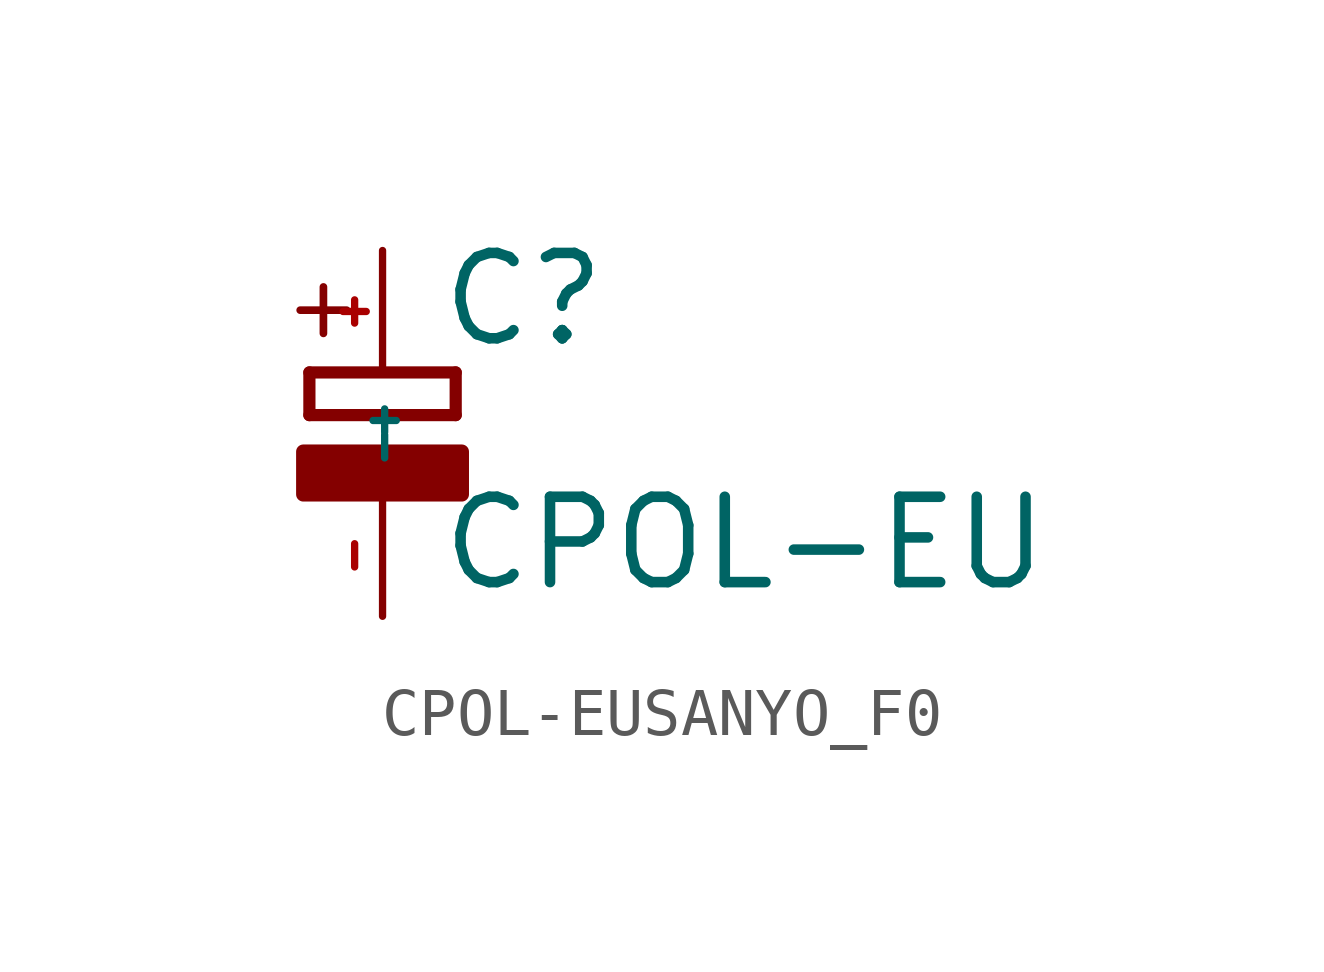
<source format=kicad_sym>
(kicad_symbol_lib
  (version 20220914)
  (generator Eagle2Kicad)
  (symbol "CPOL-EUSANYO_F0"
    (property "Reference" "C"
      (at 1.143 0.483 0)
      (effects (font (size 1.778 1.778) (thickness 0.22)) (justify left bottom)))
    (property "Value" "CPOL-EU"
      (at 1.143 -4.597 0)
      (effects (font (size 1.778 1.778) (thickness 0.22)) (justify left bottom)))
    (polyline
      (pts (xy -1.524 -0.889) (xy 1.524 -0.889))
      (stroke (width 0.254) (type default))
      (fill (type none)))
    (polyline
      (pts (xy 1.524 -0.889) (xy 1.524 0))
      (stroke (width 0.254) (type default))
      (fill (type none)))
    (polyline
      (pts (xy -1.524 0) (xy -1.524 -0.889))
      (stroke (width 0.254) (type default))
      (fill (type none)))
    (polyline
      (pts (xy -1.524 0) (xy 1.524 0))
      (stroke (width 0.254) (type default))
      (fill (type none)))
    (text "+"
      (at -0.584 0.406 900)
      (effects (font (size 1.27 1.27) (thickness 0.16)) (justify left bottom)))
    (rectangle
      (start -1.651 -2.54)
      (end 1.651 -1.651)
      (stroke (width 0.3) (type default))
      (fill (type outline)))
    (pin passive line
      (at 0 -5.08 90)
      (length 2.54)
      (name "-" (effects (font (size 0.635 0.635) (thickness 0.08)) (justify left bottom)))
      (number "-" (effects (font (size 0.635 0.635) (thickness 0.08)) (justify left bottom))))
    (pin passive line
      (at 0 2.54 270)
      (length 2.54)
      (name "+" (effects (font (size 0.635 0.635) (thickness 0.08)) (justify left bottom)))
      (number "+" (effects (font (size 0.635 0.635) (thickness 0.08)) (justify left bottom))))))
</source>
